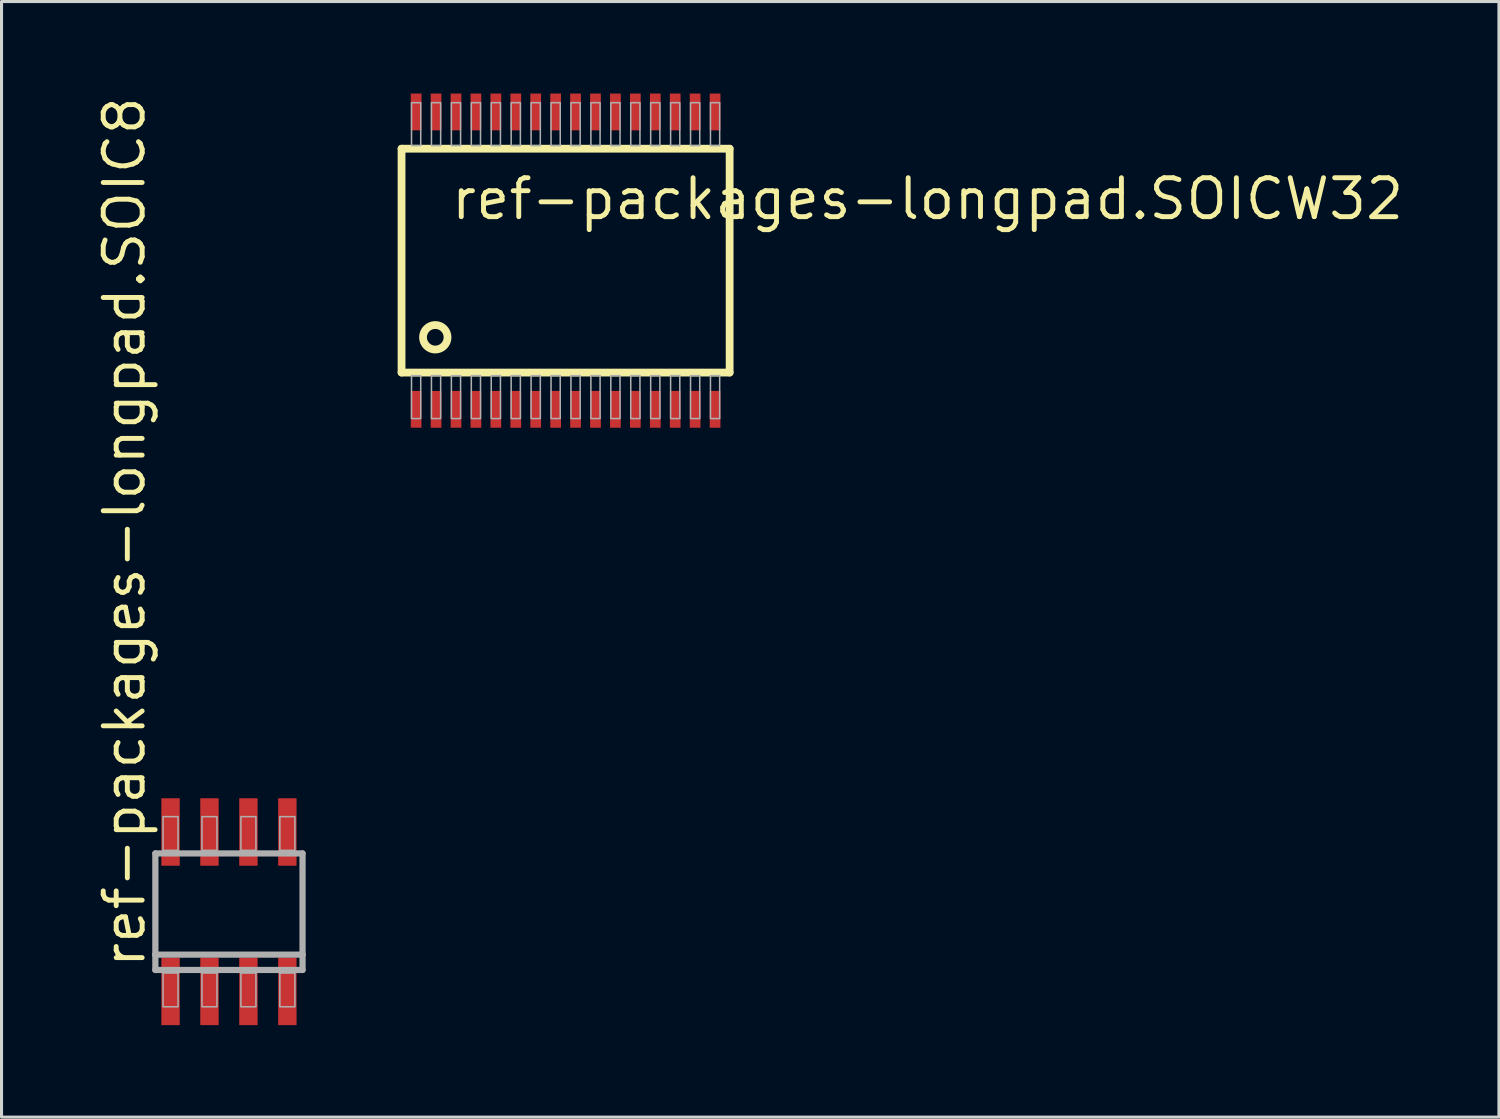
<source format=kicad_pcb>
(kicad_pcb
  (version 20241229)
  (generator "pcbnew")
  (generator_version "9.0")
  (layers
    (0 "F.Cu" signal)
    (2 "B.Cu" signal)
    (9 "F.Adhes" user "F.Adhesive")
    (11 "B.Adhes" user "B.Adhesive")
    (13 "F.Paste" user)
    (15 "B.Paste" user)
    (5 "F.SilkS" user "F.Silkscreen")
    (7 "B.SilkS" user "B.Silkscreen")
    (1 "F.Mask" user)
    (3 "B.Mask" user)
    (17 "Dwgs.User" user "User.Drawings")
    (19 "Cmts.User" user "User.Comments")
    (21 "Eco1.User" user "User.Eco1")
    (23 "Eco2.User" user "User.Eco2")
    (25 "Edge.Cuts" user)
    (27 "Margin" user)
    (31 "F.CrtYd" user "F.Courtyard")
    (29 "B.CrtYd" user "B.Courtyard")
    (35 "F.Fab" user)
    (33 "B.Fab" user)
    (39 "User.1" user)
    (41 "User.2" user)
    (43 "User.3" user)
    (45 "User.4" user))
  (footprint "ref-packages-longpad.SOIC8"
    (layer "F.Cu")
    (at 4.417 26.684)
    (property "Reference" "ref-packages-longpad.SOIC8" (at -2.667 1.905 90) (layer "F.SilkS") (effects (font (size 1.27 1.27) (thickness 0.16)) (justify left bottom)))
    (attr smd)
    (fp_line (start -2.4 -1.9) (end 2.4 -1.9) (stroke (width 0.203) (type default)) (layer "F.Fab"))
    (fp_line (start -2.4 1.4) (end -2.4 -1.9) (stroke (width 0.203) (type default)) (layer "F.Fab"))
    (fp_line (start -2.4 1.9) (end -2.4 1.4) (stroke (width 0.203) (type default)) (layer "F.Fab"))
    (fp_line (start 2.4 -1.9) (end 2.4 1.4) (stroke (width 0.203) (type default)) (layer "F.Fab"))
    (fp_line (start 2.4 1.4) (end -2.4 1.4) (stroke (width 0.203) (type default)) (layer "F.Fab"))
    (fp_line (start 2.4 1.4) (end 2.4 1.9) (stroke (width 0.203) (type default)) (layer "F.Fab"))
    (fp_line (start 2.4 1.9) (end -2.4 1.9) (stroke (width 0.203) (type default)) (layer "F.Fab"))
    (fp_rect (start -2.15 -2) (end -1.66 -3.1) (stroke (width 0.05) (type default)) (fill no) (layer "F.Fab"))
    (fp_rect (start -2.15 3.1) (end -1.66 2) (stroke (width 0.05) (type default)) (fill no) (layer "F.Fab"))
    (fp_rect (start -0.88 -2) (end -0.39 -3.1) (stroke (width 0.05) (type default)) (fill no) (layer "F.Fab"))
    (fp_rect (start -0.88 3.1) (end -0.39 2) (stroke (width 0.05) (type default)) (fill no) (layer "F.Fab"))
    (fp_rect (start 0.39 -2) (end 0.88 -3.1) (stroke (width 0.05) (type default)) (fill no) (layer "F.Fab"))
    (fp_rect (start 0.39 3.1) (end 0.88 2) (stroke (width 0.05) (type default)) (fill no) (layer "F.Fab"))
    (fp_rect (start 1.66 -2) (end 2.15 -3.1) (stroke (width 0.05) (type default)) (fill no) (layer "F.Fab"))
    (fp_rect (start 1.66 3.1) (end 2.15 2) (stroke (width 0.05) (type default)) (fill no) (layer "F.Fab"))
    (pad "1" smd roundrect (at -1.905 2.6) (size 0.6 2.2) (layers "F.Cu" "F.Mask" "F.Paste") (roundrect_rratio 0.01))
    (pad "2" smd roundrect (at -0.635 2.6) (size 0.6 2.2) (layers "F.Cu" "F.Mask" "F.Paste") (roundrect_rratio 0.01))
    (pad "3" smd roundrect (at 0.635 2.6) (size 0.6 2.2) (layers "F.Cu" "F.Mask" "F.Paste") (roundrect_rratio 0.01))
    (pad "4" smd roundrect (at 1.905 2.6) (size 0.6 2.2) (layers "F.Cu" "F.Mask" "F.Paste") (roundrect_rratio 0.01))
    (pad "5" smd roundrect (at 1.905 -2.6) (size 0.6 2.2) (layers "F.Cu" "F.Mask" "F.Paste") (roundrect_rratio 0.01))
    (pad "6" smd roundrect (at 0.635 -2.6) (size 0.6 2.2) (layers "F.Cu" "F.Mask" "F.Paste") (roundrect_rratio 0.01))
    (pad "7" smd roundrect (at -0.635 -2.6) (size 0.6 2.2) (layers "F.Cu" "F.Mask" "F.Paste") (roundrect_rratio 0.01))
    (pad "8" smd roundrect (at -1.905 -2.6) (size 0.6 2.2) (layers "F.Cu" "F.Mask" "F.Paste") (roundrect_rratio 0.01)))
  (footprint "ref-packages-longpad.SOICW32"
    (layer "F.Cu")
    (at 15.396 5.45)
    (property "Reference" "ref-packages-longpad.SOICW32" (at -3.81 -1.27 0) (layer "F.SilkS") (effects (font (size 1.27 1.27) (thickness 0.16)) (justify left bottom)))
    (attr smd)
    (fp_line (start -5.35 -3.65) (end 5.35 -3.65) (stroke (width 0.254) (type default)) (layer "F.SilkS"))
    (fp_line (start -5.35 3.65) (end -5.35 -3.65) (stroke (width 0.254) (type default)) (layer "F.SilkS"))
    (fp_line (start 5.35 -3.65) (end 5.35 3.65) (stroke (width 0.254) (type default)) (layer "F.SilkS"))
    (fp_line (start 5.35 3.65) (end -5.35 3.65) (stroke (width 0.254) (type default)) (layer "F.SilkS"))
    (fp_circle (center -4.25 2.5) (end -3.85 2.5) (stroke (width 0.254) (type default)) (fill no) (layer "F.SilkS"))
    (fp_rect (start -5.025 -3.75) (end -4.725 -5.15) (stroke (width 0.05) (type default)) (fill no) (layer "F.Fab"))
    (fp_rect (start -5.025 5.15) (end -4.725 3.75) (stroke (width 0.05) (type default)) (fill no) (layer "F.Fab"))
    (fp_rect (start -4.375 -3.75) (end -4.075 -5.15) (stroke (width 0.05) (type default)) (fill no) (layer "F.Fab"))
    (fp_rect (start -4.375 5.15) (end -4.075 3.75) (stroke (width 0.05) (type default)) (fill no) (layer "F.Fab"))
    (fp_rect (start -3.725 -3.75) (end -3.425 -5.15) (stroke (width 0.05) (type default)) (fill no) (layer "F.Fab"))
    (fp_rect (start -3.725 5.15) (end -3.425 3.75) (stroke (width 0.05) (type default)) (fill no) (layer "F.Fab"))
    (fp_rect (start -3.075 -3.75) (end -2.775 -5.15) (stroke (width 0.05) (type default)) (fill no) (layer "F.Fab"))
    (fp_rect (start -3.075 5.15) (end -2.775 3.75) (stroke (width 0.05) (type default)) (fill no) (layer "F.Fab"))
    (fp_rect (start -2.425 -3.75) (end -2.125 -5.15) (stroke (width 0.05) (type default)) (fill no) (layer "F.Fab"))
    (fp_rect (start -2.425 5.15) (end -2.125 3.75) (stroke (width 0.05) (type default)) (fill no) (layer "F.Fab"))
    (fp_rect (start -1.775 -3.75) (end -1.475 -5.15) (stroke (width 0.05) (type default)) (fill no) (layer "F.Fab"))
    (fp_rect (start -1.775 5.15) (end -1.475 3.75) (stroke (width 0.05) (type default)) (fill no) (layer "F.Fab"))
    (fp_rect (start -1.125 -3.75) (end -0.825 -5.15) (stroke (width 0.05) (type default)) (fill no) (layer "F.Fab"))
    (fp_rect (start -1.125 5.15) (end -0.825 3.75) (stroke (width 0.05) (type default)) (fill no) (layer "F.Fab"))
    (fp_rect (start -0.475 -3.75) (end -0.175 -5.15) (stroke (width 0.05) (type default)) (fill no) (layer "F.Fab"))
    (fp_rect (start -0.475 5.15) (end -0.175 3.75) (stroke (width 0.05) (type default)) (fill no) (layer "F.Fab"))
    (fp_rect (start 0.175 -3.75) (end 0.475 -5.15) (stroke (width 0.05) (type default)) (fill no) (layer "F.Fab"))
    (fp_rect (start 0.175 5.15) (end 0.475 3.75) (stroke (width 0.05) (type default)) (fill no) (layer "F.Fab"))
    (fp_rect (start 0.825 -3.75) (end 1.125 -5.15) (stroke (width 0.05) (type default)) (fill no) (layer "F.Fab"))
    (fp_rect (start 0.825 5.15) (end 1.125 3.75) (stroke (width 0.05) (type default)) (fill no) (layer "F.Fab"))
    (fp_rect (start 1.475 -3.75) (end 1.775 -5.15) (stroke (width 0.05) (type default)) (fill no) (layer "F.Fab"))
    (fp_rect (start 1.475 5.15) (end 1.775 3.75) (stroke (width 0.05) (type default)) (fill no) (layer "F.Fab"))
    (fp_rect (start 2.125 -3.75) (end 2.425 -5.15) (stroke (width 0.05) (type default)) (fill no) (layer "F.Fab"))
    (fp_rect (start 2.125 5.15) (end 2.425 3.75) (stroke (width 0.05) (type default)) (fill no) (layer "F.Fab"))
    (fp_rect (start 2.775 -3.75) (end 3.075 -5.15) (stroke (width 0.05) (type default)) (fill no) (layer "F.Fab"))
    (fp_rect (start 2.775 5.15) (end 3.075 3.75) (stroke (width 0.05) (type default)) (fill no) (layer "F.Fab"))
    (fp_rect (start 3.425 -3.75) (end 3.725 -5.15) (stroke (width 0.05) (type default)) (fill no) (layer "F.Fab"))
    (fp_rect (start 3.425 5.15) (end 3.725 3.75) (stroke (width 0.05) (type default)) (fill no) (layer "F.Fab"))
    (fp_rect (start 4.075 -3.75) (end 4.375 -5.15) (stroke (width 0.05) (type default)) (fill no) (layer "F.Fab"))
    (fp_rect (start 4.075 5.15) (end 4.375 3.75) (stroke (width 0.05) (type default)) (fill no) (layer "F.Fab"))
    (fp_rect (start 4.725 -3.75) (end 5.025 -5.15) (stroke (width 0.05) (type default)) (fill no) (layer "F.Fab"))
    (fp_rect (start 4.725 5.15) (end 5.025 3.75) (stroke (width 0.05) (type default)) (fill no) (layer "F.Fab"))
    (pad "1" smd roundrect (at -4.875 4.85) (size 0.35 1.2) (layers "F.Cu" "F.Mask" "F.Paste") (roundrect_rratio 0.01))
    (pad "2" smd roundrect (at -4.225 4.85) (size 0.35 1.2) (layers "F.Cu" "F.Mask" "F.Paste") (roundrect_rratio 0.01))
    (pad "3" smd roundrect (at -3.575 4.85) (size 0.35 1.2) (layers "F.Cu" "F.Mask" "F.Paste") (roundrect_rratio 0.01))
    (pad "4" smd roundrect (at -2.925 4.85) (size 0.35 1.2) (layers "F.Cu" "F.Mask" "F.Paste") (roundrect_rratio 0.01))
    (pad "5" smd roundrect (at -2.275 4.85) (size 0.35 1.2) (layers "F.Cu" "F.Mask" "F.Paste") (roundrect_rratio 0.01))
    (pad "6" smd roundrect (at -1.625 4.85) (size 0.35 1.2) (layers "F.Cu" "F.Mask" "F.Paste") (roundrect_rratio 0.01))
    (pad "7" smd roundrect (at -0.975 4.85) (size 0.35 1.2) (layers "F.Cu" "F.Mask" "F.Paste") (roundrect_rratio 0.01))
    (pad "8" smd roundrect (at -0.325 4.85) (size 0.35 1.2) (layers "F.Cu" "F.Mask" "F.Paste") (roundrect_rratio 0.01))
    (pad "9" smd roundrect (at 0.325 4.85) (size 0.35 1.2) (layers "F.Cu" "F.Mask" "F.Paste") (roundrect_rratio 0.01))
    (pad "10" smd roundrect (at 0.975 4.85) (size 0.35 1.2) (layers "F.Cu" "F.Mask" "F.Paste") (roundrect_rratio 0.01))
    (pad "11" smd roundrect (at 1.625 4.85) (size 0.35 1.2) (layers "F.Cu" "F.Mask" "F.Paste") (roundrect_rratio 0.01))
    (pad "12" smd roundrect (at 2.275 4.85) (size 0.35 1.2) (layers "F.Cu" "F.Mask" "F.Paste") (roundrect_rratio 0.01))
    (pad "13" smd roundrect (at 2.925 4.85) (size 0.35 1.2) (layers "F.Cu" "F.Mask" "F.Paste") (roundrect_rratio 0.01))
    (pad "14" smd roundrect (at 3.575 4.85) (size 0.35 1.2) (layers "F.Cu" "F.Mask" "F.Paste") (roundrect_rratio 0.01))
    (pad "15" smd roundrect (at 4.225 4.85) (size 0.35 1.2) (layers "F.Cu" "F.Mask" "F.Paste") (roundrect_rratio 0.01))
    (pad "16" smd roundrect (at 4.875 4.85) (size 0.35 1.2) (layers "F.Cu" "F.Mask" "F.Paste") (roundrect_rratio 0.01))
    (pad "17" smd roundrect (at 4.875 -4.85) (size 0.35 1.2) (layers "F.Cu" "F.Mask" "F.Paste") (roundrect_rratio 0.01))
    (pad "18" smd roundrect (at 4.225 -4.85) (size 0.35 1.2) (layers "F.Cu" "F.Mask" "F.Paste") (roundrect_rratio 0.01))
    (pad "19" smd roundrect (at 3.575 -4.85) (size 0.35 1.2) (layers "F.Cu" "F.Mask" "F.Paste") (roundrect_rratio 0.01))
    (pad "20" smd roundrect (at 2.925 -4.85) (size 0.35 1.2) (layers "F.Cu" "F.Mask" "F.Paste") (roundrect_rratio 0.01))
    (pad "21" smd roundrect (at 2.275 -4.85) (size 0.35 1.2) (layers "F.Cu" "F.Mask" "F.Paste") (roundrect_rratio 0.01))
    (pad "22" smd roundrect (at 1.625 -4.85) (size 0.35 1.2) (layers "F.Cu" "F.Mask" "F.Paste") (roundrect_rratio 0.01))
    (pad "23" smd roundrect (at 0.975 -4.85) (size 0.35 1.2) (layers "F.Cu" "F.Mask" "F.Paste") (roundrect_rratio 0.01))
    (pad "24" smd roundrect (at 0.325 -4.85) (size 0.35 1.2) (layers "F.Cu" "F.Mask" "F.Paste") (roundrect_rratio 0.01))
    (pad "25" smd roundrect (at -0.325 -4.85) (size 0.35 1.2) (layers "F.Cu" "F.Mask" "F.Paste") (roundrect_rratio 0.01))
    (pad "26" smd roundrect (at -0.975 -4.85) (size 0.35 1.2) (layers "F.Cu" "F.Mask" "F.Paste") (roundrect_rratio 0.01))
    (pad "27" smd roundrect (at -1.625 -4.85) (size 0.35 1.2) (layers "F.Cu" "F.Mask" "F.Paste") (roundrect_rratio 0.01))
    (pad "28" smd roundrect (at -2.275 -4.85) (size 0.35 1.2) (layers "F.Cu" "F.Mask" "F.Paste") (roundrect_rratio 0.01))
    (pad "29" smd roundrect (at -2.925 -4.85) (size 0.35 1.2) (layers "F.Cu" "F.Mask" "F.Paste") (roundrect_rratio 0.01))
    (pad "30" smd roundrect (at -3.575 -4.85) (size 0.35 1.2) (layers "F.Cu" "F.Mask" "F.Paste") (roundrect_rratio 0.01))
    (pad "31" smd roundrect (at -4.225 -4.85) (size 0.35 1.2) (layers "F.Cu" "F.Mask" "F.Paste") (roundrect_rratio 0.01))
    (pad "32" smd roundrect (at -4.875 -4.85) (size 0.35 1.2) (layers "F.Cu" "F.Mask" "F.Paste") (roundrect_rratio 0.01)))
  (gr_rect
    (start -3 -3)
    (end 45.836 33.384)
    (stroke (width 0.1) (type default))
    (fill no)
    (layer "Edge.Cuts")))
</source>
